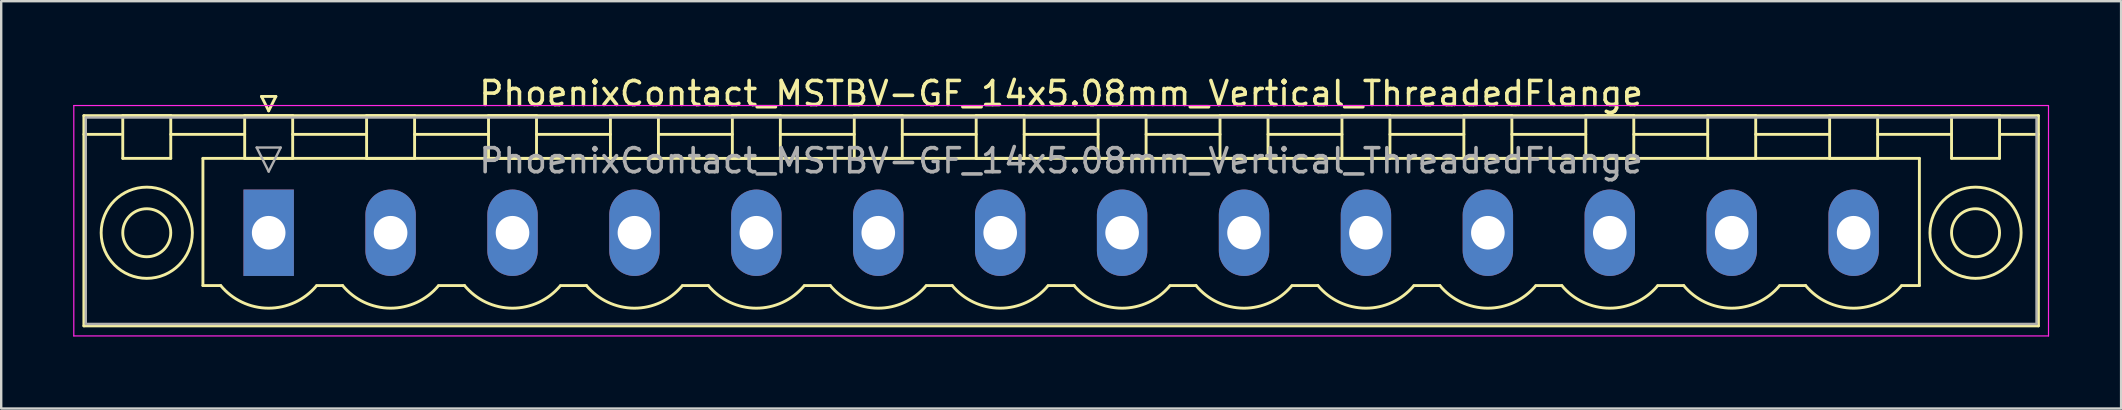
<source format=kicad_pcb>
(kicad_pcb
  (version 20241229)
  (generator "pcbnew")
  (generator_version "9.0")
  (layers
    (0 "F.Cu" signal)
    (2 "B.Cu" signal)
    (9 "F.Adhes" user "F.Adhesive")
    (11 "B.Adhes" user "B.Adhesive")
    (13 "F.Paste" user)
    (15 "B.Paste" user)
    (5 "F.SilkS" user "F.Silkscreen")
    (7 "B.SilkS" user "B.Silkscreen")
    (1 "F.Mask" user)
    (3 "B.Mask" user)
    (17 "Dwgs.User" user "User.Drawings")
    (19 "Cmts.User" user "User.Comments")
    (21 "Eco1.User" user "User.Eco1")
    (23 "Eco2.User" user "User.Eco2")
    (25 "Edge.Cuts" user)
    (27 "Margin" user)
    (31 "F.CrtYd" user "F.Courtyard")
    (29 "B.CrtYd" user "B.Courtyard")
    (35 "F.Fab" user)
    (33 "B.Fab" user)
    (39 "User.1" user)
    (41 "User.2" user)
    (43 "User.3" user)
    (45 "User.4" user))
  (footprint "PhoenixContact_MSTBV-GF_14x5.08mm_Vertical_ThreadedFlange"
    (layer "F.Cu")
    (at 8.145 6.648)
    (property "Reference" "PhoenixContact_MSTBV-GF_14x5.08mm_Vertical_ThreadedFlange" (at 33.02 -5.8 0) (layer "F.SilkS") (effects (font (size 1 1) (thickness 0.15))))
    (attr through_hole)
    (fp_line (start -7.7 -4.88) (end -7.7 3.88) (stroke (width 0.12) (type solid)) (layer "F.SilkS"))
    (fp_line (start -7.7 -4.1) (end -6.16 -4.1) (stroke (width 0.12) (type solid)) (layer "F.SilkS"))
    (fp_line (start -7.7 3.88) (end 73.74 3.88) (stroke (width 0.12) (type solid)) (layer "F.SilkS"))
    (fp_line (start -6.08 -4.88) (end -4.08 -4.88) (stroke (width 0.12) (type solid)) (layer "F.SilkS"))
    (fp_line (start -6.08 -3.1) (end -6.08 -4.88) (stroke (width 0.12) (type solid)) (layer "F.SilkS"))
    (fp_line (start -4.08 -4.88) (end -4.08 -3.1) (stroke (width 0.12) (type solid)) (layer "F.SilkS"))
    (fp_line (start -4.08 -4.1) (end -1 -4.1) (stroke (width 0.12) (type solid)) (layer "F.SilkS"))
    (fp_line (start -4.08 -3.1) (end -6.08 -3.1) (stroke (width 0.12) (type solid)) (layer "F.SilkS"))
    (fp_line (start -2.74 -3.1) (end 68.78 -3.1) (stroke (width 0.12) (type solid)) (layer "F.SilkS"))
    (fp_line (start -2.74 2.2) (end -2.74 -3.1) (stroke (width 0.12) (type solid)) (layer "F.SilkS"))
    (fp_line (start -2 2.2) (end -2.74 2.2) (stroke (width 0.12) (type solid)) (layer "F.SilkS"))
    (fp_line (start -1 -4.88) (end 1 -4.88) (stroke (width 0.12) (type solid)) (layer "F.SilkS"))
    (fp_line (start -1 -3.1) (end -1 -4.88) (stroke (width 0.12) (type solid)) (layer "F.SilkS"))
    (fp_line (start -0.3 -5.68) (end 0.3 -5.68) (stroke (width 0.12) (type solid)) (layer "F.SilkS"))
    (fp_line (start 0 -5.08) (end -0.3 -5.68) (stroke (width 0.12) (type solid)) (layer "F.SilkS"))
    (fp_line (start 0.3 -5.68) (end 0 -5.08) (stroke (width 0.12) (type solid)) (layer "F.SilkS"))
    (fp_line (start 1 -4.88) (end 1 -3.1) (stroke (width 0.12) (type solid)) (layer "F.SilkS"))
    (fp_line (start 1 -4.1) (end 4.08 -4.1) (stroke (width 0.12) (type solid)) (layer "F.SilkS"))
    (fp_line (start 1 -3.1) (end -1 -3.1) (stroke (width 0.12) (type solid)) (layer "F.SilkS"))
    (fp_line (start 2 2.2) (end 3.08 2.2) (stroke (width 0.12) (type solid)) (layer "F.SilkS"))
    (fp_line (start 4.08 -4.88) (end 6.08 -4.88) (stroke (width 0.12) (type solid)) (layer "F.SilkS"))
    (fp_line (start 4.08 -3.1) (end 4.08 -4.88) (stroke (width 0.12) (type solid)) (layer "F.SilkS"))
    (fp_line (start 6.08 -4.88) (end 6.08 -3.1) (stroke (width 0.12) (type solid)) (layer "F.SilkS"))
    (fp_line (start 6.08 -4.1) (end 9.16 -4.1) (stroke (width 0.12) (type solid)) (layer "F.SilkS"))
    (fp_line (start 6.08 -3.1) (end 4.08 -3.1) (stroke (width 0.12) (type solid)) (layer "F.SilkS"))
    (fp_line (start 7.08 2.2) (end 8.16 2.2) (stroke (width 0.12) (type solid)) (layer "F.SilkS"))
    (fp_line (start 9.16 -4.88) (end 11.16 -4.88) (stroke (width 0.12) (type solid)) (layer "F.SilkS"))
    (fp_line (start 9.16 -3.1) (end 9.16 -4.88) (stroke (width 0.12) (type solid)) (layer "F.SilkS"))
    (fp_line (start 11.16 -4.88) (end 11.16 -3.1) (stroke (width 0.12) (type solid)) (layer "F.SilkS"))
    (fp_line (start 11.16 -4.1) (end 14.24 -4.1) (stroke (width 0.12) (type solid)) (layer "F.SilkS"))
    (fp_line (start 11.16 -3.1) (end 9.16 -3.1) (stroke (width 0.12) (type solid)) (layer "F.SilkS"))
    (fp_line (start 12.16 2.2) (end 13.24 2.2) (stroke (width 0.12) (type solid)) (layer "F.SilkS"))
    (fp_line (start 14.24 -4.88) (end 16.24 -4.88) (stroke (width 0.12) (type solid)) (layer "F.SilkS"))
    (fp_line (start 14.24 -3.1) (end 14.24 -4.88) (stroke (width 0.12) (type solid)) (layer "F.SilkS"))
    (fp_line (start 16.24 -4.88) (end 16.24 -3.1) (stroke (width 0.12) (type solid)) (layer "F.SilkS"))
    (fp_line (start 16.24 -4.1) (end 19.32 -4.1) (stroke (width 0.12) (type solid)) (layer "F.SilkS"))
    (fp_line (start 16.24 -3.1) (end 14.24 -3.1) (stroke (width 0.12) (type solid)) (layer "F.SilkS"))
    (fp_line (start 17.24 2.2) (end 18.32 2.2) (stroke (width 0.12) (type solid)) (layer "F.SilkS"))
    (fp_line (start 19.32 -4.88) (end 21.32 -4.88) (stroke (width 0.12) (type solid)) (layer "F.SilkS"))
    (fp_line (start 19.32 -3.1) (end 19.32 -4.88) (stroke (width 0.12) (type solid)) (layer "F.SilkS"))
    (fp_line (start 21.32 -4.88) (end 21.32 -3.1) (stroke (width 0.12) (type solid)) (layer "F.SilkS"))
    (fp_line (start 21.32 -4.1) (end 24.4 -4.1) (stroke (width 0.12) (type solid)) (layer "F.SilkS"))
    (fp_line (start 21.32 -3.1) (end 19.32 -3.1) (stroke (width 0.12) (type solid)) (layer "F.SilkS"))
    (fp_line (start 22.32 2.2) (end 23.4 2.2) (stroke (width 0.12) (type solid)) (layer "F.SilkS"))
    (fp_line (start 24.4 -4.88) (end 26.4 -4.88) (stroke (width 0.12) (type solid)) (layer "F.SilkS"))
    (fp_line (start 24.4 -3.1) (end 24.4 -4.88) (stroke (width 0.12) (type solid)) (layer "F.SilkS"))
    (fp_line (start 26.4 -4.88) (end 26.4 -3.1) (stroke (width 0.12) (type solid)) (layer "F.SilkS"))
    (fp_line (start 26.4 -4.1) (end 29.48 -4.1) (stroke (width 0.12) (type solid)) (layer "F.SilkS"))
    (fp_line (start 26.4 -3.1) (end 24.4 -3.1) (stroke (width 0.12) (type solid)) (layer "F.SilkS"))
    (fp_line (start 27.4 2.2) (end 28.48 2.2) (stroke (width 0.12) (type solid)) (layer "F.SilkS"))
    (fp_line (start 29.48 -4.88) (end 31.48 -4.88) (stroke (width 0.12) (type solid)) (layer "F.SilkS"))
    (fp_line (start 29.48 -3.1) (end 29.48 -4.88) (stroke (width 0.12) (type solid)) (layer "F.SilkS"))
    (fp_line (start 31.48 -4.88) (end 31.48 -3.1) (stroke (width 0.12) (type solid)) (layer "F.SilkS"))
    (fp_line (start 31.48 -4.1) (end 34.56 -4.1) (stroke (width 0.12) (type solid)) (layer "F.SilkS"))
    (fp_line (start 31.48 -3.1) (end 29.48 -3.1) (stroke (width 0.12) (type solid)) (layer "F.SilkS"))
    (fp_line (start 32.48 2.2) (end 33.56 2.2) (stroke (width 0.12) (type solid)) (layer "F.SilkS"))
    (fp_line (start 34.56 -4.88) (end 36.56 -4.88) (stroke (width 0.12) (type solid)) (layer "F.SilkS"))
    (fp_line (start 34.56 -3.1) (end 34.56 -4.88) (stroke (width 0.12) (type solid)) (layer "F.SilkS"))
    (fp_line (start 36.56 -4.88) (end 36.56 -3.1) (stroke (width 0.12) (type solid)) (layer "F.SilkS"))
    (fp_line (start 36.56 -4.1) (end 39.64 -4.1) (stroke (width 0.12) (type solid)) (layer "F.SilkS"))
    (fp_line (start 36.56 -3.1) (end 34.56 -3.1) (stroke (width 0.12) (type solid)) (layer "F.SilkS"))
    (fp_line (start 37.56 2.2) (end 38.64 2.2) (stroke (width 0.12) (type solid)) (layer "F.SilkS"))
    (fp_line (start 39.64 -4.88) (end 41.64 -4.88) (stroke (width 0.12) (type solid)) (layer "F.SilkS"))
    (fp_line (start 39.64 -3.1) (end 39.64 -4.88) (stroke (width 0.12) (type solid)) (layer "F.SilkS"))
    (fp_line (start 41.64 -4.88) (end 41.64 -3.1) (stroke (width 0.12) (type solid)) (layer "F.SilkS"))
    (fp_line (start 41.64 -4.1) (end 44.72 -4.1) (stroke (width 0.12) (type solid)) (layer "F.SilkS"))
    (fp_line (start 41.64 -3.1) (end 39.64 -3.1) (stroke (width 0.12) (type solid)) (layer "F.SilkS"))
    (fp_line (start 42.64 2.2) (end 43.72 2.2) (stroke (width 0.12) (type solid)) (layer "F.SilkS"))
    (fp_line (start 44.72 -4.88) (end 46.72 -4.88) (stroke (width 0.12) (type solid)) (layer "F.SilkS"))
    (fp_line (start 44.72 -3.1) (end 44.72 -4.88) (stroke (width 0.12) (type solid)) (layer "F.SilkS"))
    (fp_line (start 46.72 -4.88) (end 46.72 -3.1) (stroke (width 0.12) (type solid)) (layer "F.SilkS"))
    (fp_line (start 46.72 -4.1) (end 49.8 -4.1) (stroke (width 0.12) (type solid)) (layer "F.SilkS"))
    (fp_line (start 46.72 -3.1) (end 44.72 -3.1) (stroke (width 0.12) (type solid)) (layer "F.SilkS"))
    (fp_line (start 47.72 2.2) (end 48.8 2.2) (stroke (width 0.12) (type solid)) (layer "F.SilkS"))
    (fp_line (start 49.8 -4.88) (end 51.8 -4.88) (stroke (width 0.12) (type solid)) (layer "F.SilkS"))
    (fp_line (start 49.8 -3.1) (end 49.8 -4.88) (stroke (width 0.12) (type solid)) (layer "F.SilkS"))
    (fp_line (start 51.8 -4.88) (end 51.8 -3.1) (stroke (width 0.12) (type solid)) (layer "F.SilkS"))
    (fp_line (start 51.8 -4.1) (end 54.88 -4.1) (stroke (width 0.12) (type solid)) (layer "F.SilkS"))
    (fp_line (start 51.8 -3.1) (end 49.8 -3.1) (stroke (width 0.12) (type solid)) (layer "F.SilkS"))
    (fp_line (start 52.8 2.2) (end 53.88 2.2) (stroke (width 0.12) (type solid)) (layer "F.SilkS"))
    (fp_line (start 54.88 -4.88) (end 56.88 -4.88) (stroke (width 0.12) (type solid)) (layer "F.SilkS"))
    (fp_line (start 54.88 -3.1) (end 54.88 -4.88) (stroke (width 0.12) (type solid)) (layer "F.SilkS"))
    (fp_line (start 56.88 -4.88) (end 56.88 -3.1) (stroke (width 0.12) (type solid)) (layer "F.SilkS"))
    (fp_line (start 56.88 -4.1) (end 59.96 -4.1) (stroke (width 0.12) (type solid)) (layer "F.SilkS"))
    (fp_line (start 56.88 -3.1) (end 54.88 -3.1) (stroke (width 0.12) (type solid)) (layer "F.SilkS"))
    (fp_line (start 57.88 2.2) (end 58.96 2.2) (stroke (width 0.12) (type solid)) (layer "F.SilkS"))
    (fp_line (start 59.96 -4.88) (end 61.96 -4.88) (stroke (width 0.12) (type solid)) (layer "F.SilkS"))
    (fp_line (start 59.96 -3.1) (end 59.96 -4.88) (stroke (width 0.12) (type solid)) (layer "F.SilkS"))
    (fp_line (start 61.96 -4.88) (end 61.96 -3.1) (stroke (width 0.12) (type solid)) (layer "F.SilkS"))
    (fp_line (start 61.96 -4.1) (end 65.04 -4.1) (stroke (width 0.12) (type solid)) (layer "F.SilkS"))
    (fp_line (start 61.96 -3.1) (end 59.96 -3.1) (stroke (width 0.12) (type solid)) (layer "F.SilkS"))
    (fp_line (start 62.96 2.2) (end 64.04 2.2) (stroke (width 0.12) (type solid)) (layer "F.SilkS"))
    (fp_line (start 65.04 -4.88) (end 67.04 -4.88) (stroke (width 0.12) (type solid)) (layer "F.SilkS"))
    (fp_line (start 65.04 -3.1) (end 65.04 -4.88) (stroke (width 0.12) (type solid)) (layer "F.SilkS"))
    (fp_line (start 67.04 -4.88) (end 67.04 -3.1) (stroke (width 0.12) (type solid)) (layer "F.SilkS"))
    (fp_line (start 67.04 -4.1) (end 70.12 -4.1) (stroke (width 0.12) (type solid)) (layer "F.SilkS"))
    (fp_line (start 67.04 -3.1) (end 65.04 -3.1) (stroke (width 0.12) (type solid)) (layer "F.SilkS"))
    (fp_line (start 68.78 -3.1) (end 68.78 2.2) (stroke (width 0.12) (type solid)) (layer "F.SilkS"))
    (fp_line (start 68.78 2.2) (end 68.04 2.2) (stroke (width 0.12) (type solid)) (layer "F.SilkS"))
    (fp_line (start 70.12 -4.88) (end 72.12 -4.88) (stroke (width 0.12) (type solid)) (layer "F.SilkS"))
    (fp_line (start 70.12 -3.1) (end 70.12 -4.88) (stroke (width 0.12) (type solid)) (layer "F.SilkS"))
    (fp_line (start 72.12 -4.88) (end 72.12 -3.1) (stroke (width 0.12) (type solid)) (layer "F.SilkS"))
    (fp_line (start 72.12 -3.1) (end 70.12 -3.1) (stroke (width 0.12) (type solid)) (layer "F.SilkS"))
    (fp_line (start 73.74 -4.88) (end -7.7 -4.88) (stroke (width 0.12) (type solid)) (layer "F.SilkS"))
    (fp_line (start 73.74 -4.1) (end 72.2 -4.1) (stroke (width 0.12) (type solid)) (layer "F.SilkS"))
    (fp_line (start 73.74 3.88) (end 73.74 -4.88) (stroke (width 0.12) (type solid)) (layer "F.SilkS"))
    (fp_arc (start 1.986842 2.215821) (mid -0.010289 3.142758) (end -2 2.2) (stroke (width 0.12) (type solid)) (layer "F.SilkS"))
    (fp_arc (start 7.066842 2.215821) (mid 5.069711 3.142758) (end 3.08 2.2) (stroke (width 0.12) (type solid)) (layer "F.SilkS"))
    (fp_arc (start 12.146842 2.215821) (mid 10.149711 3.142758) (end 8.16 2.2) (stroke (width 0.12) (type solid)) (layer "F.SilkS"))
    (fp_arc (start 17.226842 2.215821) (mid 15.229711 3.142758) (end 13.24 2.2) (stroke (width 0.12) (type solid)) (layer "F.SilkS"))
    (fp_arc (start 22.306842 2.215821) (mid 20.309711 3.142758) (end 18.32 2.2) (stroke (width 0.12) (type solid)) (layer "F.SilkS"))
    (fp_arc (start 27.386842 2.215821) (mid 25.389711 3.142758) (end 23.4 2.2) (stroke (width 0.12) (type solid)) (layer "F.SilkS"))
    (fp_arc (start 32.466842 2.215821) (mid 30.469711 3.142758) (end 28.48 2.2) (stroke (width 0.12) (type solid)) (layer "F.SilkS"))
    (fp_arc (start 37.546842 2.215821) (mid 35.549711 3.142758) (end 33.56 2.2) (stroke (width 0.12) (type solid)) (layer "F.SilkS"))
    (fp_arc (start 42.626842 2.215821) (mid 40.629711 3.142758) (end 38.64 2.2) (stroke (width 0.12) (type solid)) (layer "F.SilkS"))
    (fp_arc (start 47.706842 2.215821) (mid 45.709711 3.142758) (end 43.72 2.2) (stroke (width 0.12) (type solid)) (layer "F.SilkS"))
    (fp_arc (start 52.786842 2.215821) (mid 50.789711 3.142758) (end 48.8 2.2) (stroke (width 0.12) (type solid)) (layer "F.SilkS"))
    (fp_arc (start 57.866842 2.215821) (mid 55.869711 3.142758) (end 53.88 2.2) (stroke (width 0.12) (type solid)) (layer "F.SilkS"))
    (fp_arc (start 62.946842 2.215821) (mid 60.949711 3.142758) (end 58.96 2.2) (stroke (width 0.12) (type solid)) (layer "F.SilkS"))
    (fp_arc (start 68.026842 2.215821) (mid 66.029711 3.142758) (end 64.04 2.2) (stroke (width 0.12) (type solid)) (layer "F.SilkS"))
    (fp_circle (center -5.08 0) (end -4.08 0) (stroke (width 0.12) (type solid)) (fill no) (layer "F.SilkS"))
    (fp_circle (center -5.08 0) (end -3.18 0) (stroke (width 0.12) (type solid)) (fill no) (layer "F.SilkS"))
    (fp_circle (center 71.12 0) (end 72.12 0) (stroke (width 0.12) (type solid)) (fill no) (layer "F.SilkS"))
    (fp_circle (center 71.12 0) (end 73.02 0) (stroke (width 0.12) (type solid)) (fill no) (layer "F.SilkS"))
    (fp_line (start -8.12 -5.3) (end -8.12 4.3) (stroke (width 0.05) (type solid)) (layer "F.CrtYd"))
    (fp_line (start -8.12 4.3) (end 74.16 4.3) (stroke (width 0.05) (type solid)) (layer "F.CrtYd"))
    (fp_line (start 74.16 -5.3) (end -8.12 -5.3) (stroke (width 0.05) (type solid)) (layer "F.CrtYd"))
    (fp_line (start 74.16 4.3) (end 74.16 -5.3) (stroke (width 0.05) (type solid)) (layer "F.CrtYd"))
    (fp_line (start -7.62 -4.8) (end -7.62 3.8) (stroke (width 0.1) (type solid)) (layer "F.Fab"))
    (fp_line (start -7.62 3.8) (end 73.66 3.8) (stroke (width 0.1) (type solid)) (layer "F.Fab"))
    (fp_line (start -0.5 -3.55) (end 0.5 -3.55) (stroke (width 0.1) (type solid)) (layer "F.Fab"))
    (fp_line (start 0 -2.55) (end -0.5 -3.55) (stroke (width 0.1) (type solid)) (layer "F.Fab"))
    (fp_line (start 0.5 -3.55) (end 0 -2.55) (stroke (width 0.1) (type solid)) (layer "F.Fab"))
    (fp_line (start 73.66 -4.8) (end -7.62 -4.8) (stroke (width 0.1) (type solid)) (layer "F.Fab"))
    (fp_line (start 73.66 3.8) (end 73.66 -4.8) (stroke (width 0.1) (type solid)) (layer "F.Fab"))
    (fp_text user "${REFERENCE}" (at 33.02 -3 0) (layer "F.Fab") (effects (font (size 1 1) (thickness 0.15))))
    (pad "1" thru_hole rect (at 0 0) (size 2.1 3.6) (drill 1.4) (layers "*.Cu" "*.Mask"))
    (pad "2" thru_hole oval (at 5.08 0) (size 2.1 3.6) (drill 1.4) (layers "*.Cu" "*.Mask"))
    (pad "3" thru_hole oval (at 10.16 0) (size 2.1 3.6) (drill 1.4) (layers "*.Cu" "*.Mask"))
    (pad "4" thru_hole oval (at 15.24 0) (size 2.1 3.6) (drill 1.4) (layers "*.Cu" "*.Mask"))
    (pad "5" thru_hole oval (at 20.32 0) (size 2.1 3.6) (drill 1.4) (layers "*.Cu" "*.Mask"))
    (pad "6" thru_hole oval (at 25.4 0) (size 2.1 3.6) (drill 1.4) (layers "*.Cu" "*.Mask"))
    (pad "7" thru_hole oval (at 30.48 0) (size 2.1 3.6) (drill 1.4) (layers "*.Cu" "*.Mask"))
    (pad "8" thru_hole oval (at 35.56 0) (size 2.1 3.6) (drill 1.4) (layers "*.Cu" "*.Mask"))
    (pad "9" thru_hole oval (at 40.64 0) (size 2.1 3.6) (drill 1.4) (layers "*.Cu" "*.Mask"))
    (pad "10" thru_hole oval (at 45.72 0) (size 2.1 3.6) (drill 1.4) (layers "*.Cu" "*.Mask"))
    (pad "11" thru_hole oval (at 50.8 0) (size 2.1 3.6) (drill 1.4) (layers "*.Cu" "*.Mask"))
    (pad "12" thru_hole oval (at 55.88 0) (size 2.1 3.6) (drill 1.4) (layers "*.Cu" "*.Mask"))
    (pad "13" thru_hole oval (at 60.96 0) (size 2.1 3.6) (drill 1.4) (layers "*.Cu" "*.Mask"))
    (pad "14" thru_hole oval (at 66.04 0) (size 2.1 3.6) (drill 1.4) (layers "*.Cu" "*.Mask")))
  (gr_rect
    (start -3 -3)
    (end 85.33 13.973)
    (stroke (width 0.1) (type default))
    (fill no)
    (layer "Edge.Cuts")))
</source>
